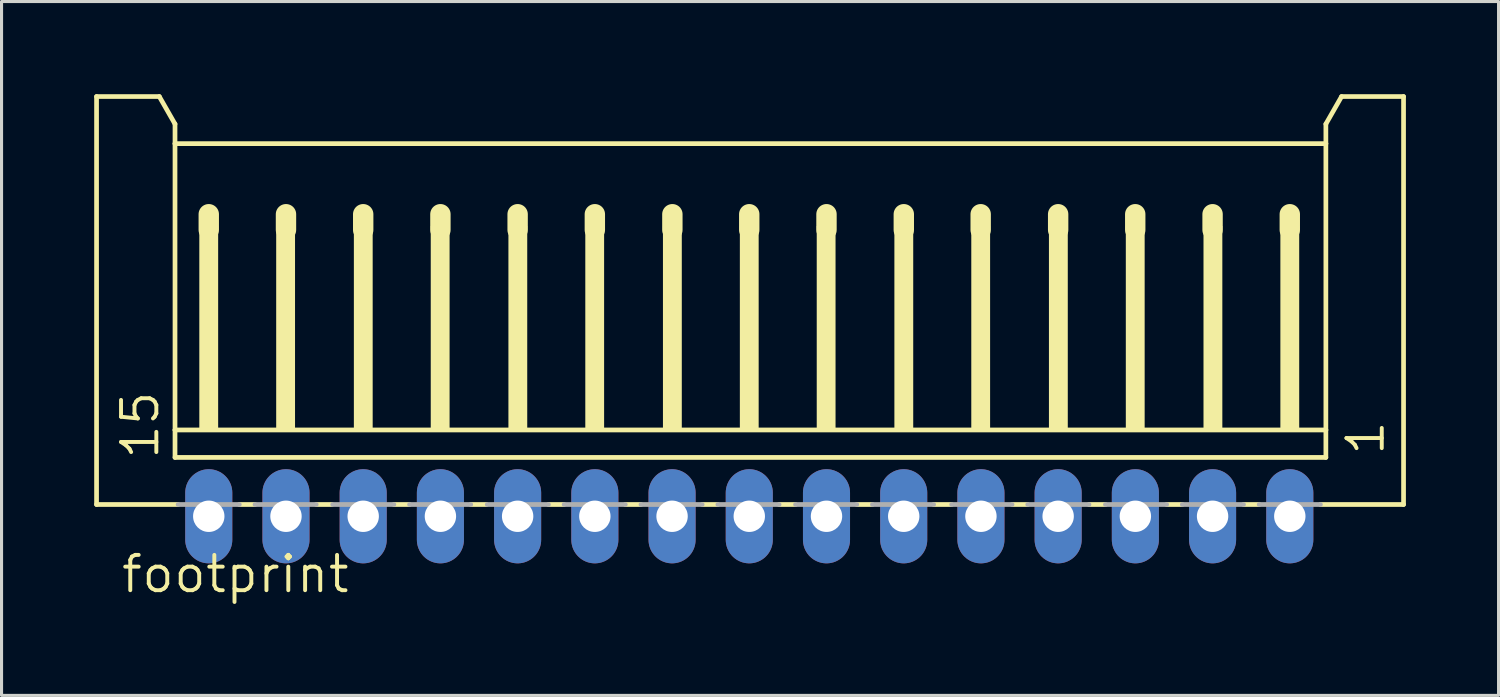
<source format=kicad_pcb>
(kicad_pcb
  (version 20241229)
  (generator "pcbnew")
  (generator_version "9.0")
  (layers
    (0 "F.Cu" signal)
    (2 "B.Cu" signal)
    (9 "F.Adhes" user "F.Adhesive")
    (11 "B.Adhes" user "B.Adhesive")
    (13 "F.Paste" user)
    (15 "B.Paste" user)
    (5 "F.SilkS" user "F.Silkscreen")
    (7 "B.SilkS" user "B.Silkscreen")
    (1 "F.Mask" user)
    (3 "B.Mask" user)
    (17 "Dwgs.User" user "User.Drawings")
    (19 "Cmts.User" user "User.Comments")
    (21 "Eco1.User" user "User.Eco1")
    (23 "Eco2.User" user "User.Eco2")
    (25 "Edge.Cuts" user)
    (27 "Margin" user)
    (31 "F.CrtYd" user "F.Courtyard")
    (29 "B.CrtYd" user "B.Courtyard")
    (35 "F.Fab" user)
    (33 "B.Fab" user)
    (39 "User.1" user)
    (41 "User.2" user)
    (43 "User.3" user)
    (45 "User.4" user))
  (footprint "footprint"
    (layer "F.Cu")
    (at 21.209 7.415)
    (property "Reference" "footprint" (at -20.397 8.79 0) (layer "F.SilkS") (effects (font (size 1.143 1.143) (thickness 0.127)) (justify left bottom)))
    (fp_line (start -21.133 -7.339) (end -19.101 -7.339) (stroke (width 0.152) (type solid)) (layer "F.SilkS"))
    (fp_line (start -21.133 5.869) (end -21.133 -7.339) (stroke (width 0.152) (type solid)) (layer "F.SilkS"))
    (fp_line (start -19.101 -7.339) (end -18.593 -6.45) (stroke (width 0.152) (type solid)) (layer "F.SilkS"))
    (fp_line (start -18.593 -6.45) (end -18.593 -5.815) (stroke (width 0.152) (type solid)) (layer "F.SilkS"))
    (fp_line (start -18.593 -5.815) (end -18.593 3.456) (stroke (width 0.152) (type solid)) (layer "F.SilkS"))
    (fp_line (start -18.593 3.456) (end -18.593 4.345) (stroke (width 0.152) (type solid)) (layer "F.SilkS"))
    (fp_line (start -18.492 5.869) (end -21.133 5.869) (stroke (width 0.152) (type solid)) (layer "F.SilkS"))
    (fp_line (start -17.5 -3.529) (end -17.5 -3.021) (stroke (width 0.66) (type solid)) (layer "F.SilkS"))
    (fp_line (start -16.003 5.869) (end -16.511 5.869) (stroke (width 0.152) (type solid)) (layer "F.SilkS"))
    (fp_line (start -15 -3.529) (end -15 -3.021) (stroke (width 0.66) (type solid)) (layer "F.SilkS"))
    (fp_line (start -13.513 5.869) (end -14.021 5.869) (stroke (width 0.152) (type solid)) (layer "F.SilkS"))
    (fp_line (start -12.5 -3.529) (end -12.5 -3.021) (stroke (width 0.66) (type solid)) (layer "F.SilkS"))
    (fp_line (start -10.999 5.869) (end -11.507 5.869) (stroke (width 0.152) (type solid)) (layer "F.SilkS"))
    (fp_line (start -10 -3.529) (end -10 -3.021) (stroke (width 0.66) (type solid)) (layer "F.SilkS"))
    (fp_line (start -8.51 5.869) (end -9.018 5.869) (stroke (width 0.152) (type solid)) (layer "F.SilkS"))
    (fp_line (start -7.5 -3.529) (end -7.5 -3.021) (stroke (width 0.66) (type solid)) (layer "F.SilkS"))
    (fp_line (start -5.995 5.869) (end -6.503 5.869) (stroke (width 0.152) (type solid)) (layer "F.SilkS"))
    (fp_line (start -5 -3.529) (end -5 -3.021) (stroke (width 0.66) (type solid)) (layer "F.SilkS"))
    (fp_line (start -3.506 5.869) (end -4.014 5.869) (stroke (width 0.152) (type solid)) (layer "F.SilkS"))
    (fp_line (start -2.49 -3.529) (end -2.49 -3.021) (stroke (width 0.66) (type solid)) (layer "F.SilkS"))
    (fp_line (start -1.017 5.869) (end -1.525 5.869) (stroke (width 0.152) (type solid)) (layer "F.SilkS"))
    (fp_line (start -0.001 -3.529) (end -0.001 -3.021) (stroke (width 0.66) (type solid)) (layer "F.SilkS"))
    (fp_line (start 1.498 5.869) (end 0.965 5.869) (stroke (width 0.152) (type solid)) (layer "F.SilkS"))
    (fp_line (start 2.5 -3.529) (end 2.5 -3.021) (stroke (width 0.66) (type solid)) (layer "F.SilkS"))
    (fp_line (start 3.987 5.869) (end 3.479 5.869) (stroke (width 0.152) (type solid)) (layer "F.SilkS"))
    (fp_line (start 5.003 -3.529) (end 5.003 -3.021) (stroke (width 0.66) (type solid)) (layer "F.SilkS"))
    (fp_line (start 6.553 5.869) (end 5.968 5.869) (stroke (width 0.152) (type solid)) (layer "F.SilkS"))
    (fp_line (start 7.492 -3.529) (end 7.492 -3.021) (stroke (width 0.66) (type solid)) (layer "F.SilkS"))
    (fp_line (start 9.016 5.869) (end 8.508 5.869) (stroke (width 0.152) (type solid)) (layer "F.SilkS"))
    (fp_line (start 10 -3.529) (end 10 -3.021) (stroke (width 0.66) (type solid)) (layer "F.SilkS"))
    (fp_line (start 11.531 5.869) (end 10.998 5.869) (stroke (width 0.152) (type solid)) (layer "F.SilkS"))
    (fp_line (start 12.496 -3.529) (end 12.496 -3.021) (stroke (width 0.66) (type solid)) (layer "F.SilkS"))
    (fp_line (start 14.02 5.869) (end 13.512 5.869) (stroke (width 0.152) (type solid)) (layer "F.SilkS"))
    (fp_line (start 15 -3.529) (end 15 -3.021) (stroke (width 0.66) (type solid)) (layer "F.SilkS"))
    (fp_line (start 16.509 5.869) (end 16.001 5.869) (stroke (width 0.152) (type solid)) (layer "F.SilkS"))
    (fp_line (start 17.5 -3.529) (end 17.5 -3.021) (stroke (width 0.66) (type solid)) (layer "F.SilkS"))
    (fp_line (start 18.668 -6.45) (end 18.668 -5.815) (stroke (width 0.152) (type solid)) (layer "F.SilkS"))
    (fp_line (start 18.668 -6.45) (end 19.176 -7.339) (stroke (width 0.152) (type solid)) (layer "F.SilkS"))
    (fp_line (start 18.668 -5.815) (end -18.593 -5.815) (stroke (width 0.152) (type solid)) (layer "F.SilkS"))
    (fp_line (start 18.668 -5.815) (end 18.668 3.456) (stroke (width 0.152) (type solid)) (layer "F.SilkS"))
    (fp_line (start 18.668 3.456) (end -18.593 3.456) (stroke (width 0.152) (type solid)) (layer "F.SilkS"))
    (fp_line (start 18.668 3.456) (end 18.668 4.345) (stroke (width 0.152) (type solid)) (layer "F.SilkS"))
    (fp_line (start 18.668 4.345) (end -18.593 4.345) (stroke (width 0.152) (type solid)) (layer "F.SilkS"))
    (fp_line (start 21.183 -7.339) (end 19.176 -7.339) (stroke (width 0.152) (type solid)) (layer "F.SilkS"))
    (fp_line (start 21.183 5.869) (end 18.491 5.869) (stroke (width 0.152) (type solid)) (layer "F.SilkS"))
    (fp_line (start 21.183 5.869) (end 21.183 -7.339) (stroke (width 0.152) (type solid)) (layer "F.SilkS"))
    (fp_poly (pts (xy -17.806 3.456) (xy -17.196 3.456) (xy -17.196 -3.148) (xy -17.806 -3.148)) (stroke (width 0) (type solid)) (fill yes) (layer "F.SilkS"))
    (fp_poly (pts (xy -15.317 3.456) (xy -14.707 3.456) (xy -14.707 -3.148) (xy -15.317 -3.148)) (stroke (width 0) (type solid)) (fill yes) (layer "F.SilkS"))
    (fp_poly (pts (xy -12.802 3.456) (xy -12.193 3.456) (xy -12.193 -3.148) (xy -12.802 -3.148)) (stroke (width 0) (type solid)) (fill yes) (layer "F.SilkS"))
    (fp_poly (pts (xy -10.313 3.456) (xy -9.703 3.456) (xy -9.703 -3.148) (xy -10.313 -3.148)) (stroke (width 0) (type solid)) (fill yes) (layer "F.SilkS"))
    (fp_poly (pts (xy -7.798 3.456) (xy -7.189 3.456) (xy -7.189 -3.148) (xy -7.798 -3.148)) (stroke (width 0) (type solid)) (fill yes) (layer "F.SilkS"))
    (fp_poly (pts (xy -5.309 3.456) (xy -4.7 3.456) (xy -4.7 -3.148) (xy -5.309 -3.148)) (stroke (width 0) (type solid)) (fill yes) (layer "F.SilkS"))
    (fp_poly (pts (xy -2.795 3.456) (xy -2.185 3.456) (xy -2.185 -3.148) (xy -2.795 -3.148)) (stroke (width 0) (type solid)) (fill yes) (layer "F.SilkS"))
    (fp_poly (pts (xy -0.305 3.456) (xy 0.304 3.456) (xy 0.304 -3.148) (xy -0.305 -3.148)) (stroke (width 0) (type solid)) (fill yes) (layer "F.SilkS"))
    (fp_poly (pts (xy 2.184 3.456) (xy 2.793 3.456) (xy 2.793 -3.148) (xy 2.184 -3.148)) (stroke (width 0) (type solid)) (fill yes) (layer "F.SilkS"))
    (fp_poly (pts (xy 4.698 3.456) (xy 5.308 3.456) (xy 5.308 -3.148) (xy 4.698 -3.148)) (stroke (width 0) (type solid)) (fill yes) (layer "F.SilkS"))
    (fp_poly (pts (xy 7.188 3.456) (xy 7.797 3.456) (xy 7.797 -3.148) (xy 7.188 -3.148)) (stroke (width 0) (type solid)) (fill yes) (layer "F.SilkS"))
    (fp_poly (pts (xy 9.702 3.456) (xy 10.312 3.456) (xy 10.312 -3.148) (xy 9.702 -3.148)) (stroke (width 0) (type solid)) (fill yes) (layer "F.SilkS"))
    (fp_poly (pts (xy 12.191 3.456) (xy 12.801 3.456) (xy 12.801 -3.148) (xy 12.191 -3.148)) (stroke (width 0) (type solid)) (fill yes) (layer "F.SilkS"))
    (fp_poly (pts (xy 14.706 3.456) (xy 15.316 3.456) (xy 15.316 -3.148) (xy 14.706 -3.148)) (stroke (width 0) (type solid)) (fill yes) (layer "F.SilkS"))
    (fp_poly (pts (xy 17.195 3.456) (xy 17.805 3.456) (xy 17.805 -3.148) (xy 17.195 -3.148)) (stroke (width 0) (type solid)) (fill yes) (layer "F.SilkS"))
    (fp_line (start -18.492 5.869) (end -16.511 5.869) (stroke (width 0.152) (type solid)) (layer "F.Fab"))
    (fp_line (start -16.003 5.869) (end -14.021 5.869) (stroke (width 0.152) (type solid)) (layer "F.Fab"))
    (fp_line (start -13.488 5.869) (end -11.507 5.869) (stroke (width 0.152) (type solid)) (layer "F.Fab"))
    (fp_line (start -10.999 5.869) (end -9.018 5.869) (stroke (width 0.152) (type solid)) (layer "F.Fab"))
    (fp_line (start -8.484 5.869) (end -6.503 5.869) (stroke (width 0.152) (type solid)) (layer "F.Fab"))
    (fp_line (start -5.995 5.869) (end -4.014 5.869) (stroke (width 0.152) (type solid)) (layer "F.Fab"))
    (fp_line (start -3.506 5.869) (end -1.525 5.869) (stroke (width 0.152) (type solid)) (layer "F.Fab"))
    (fp_line (start -1.017 5.869) (end 0.965 5.869) (stroke (width 0.152) (type solid)) (layer "F.Fab"))
    (fp_line (start 1.498 5.869) (end 3.479 5.869) (stroke (width 0.152) (type solid)) (layer "F.Fab"))
    (fp_line (start 3.987 5.869) (end 5.968 5.869) (stroke (width 0.152) (type solid)) (layer "F.Fab"))
    (fp_line (start 6.553 5.869) (end 8.508 5.869) (stroke (width 0.152) (type solid)) (layer "F.Fab"))
    (fp_line (start 9.016 5.869) (end 10.998 5.869) (stroke (width 0.152) (type solid)) (layer "F.Fab"))
    (fp_line (start 11.531 5.869) (end 13.512 5.869) (stroke (width 0.152) (type solid)) (layer "F.Fab"))
    (fp_line (start 14.02 5.869) (end 16.001 5.869) (stroke (width 0.152) (type solid)) (layer "F.Fab"))
    (fp_line (start 16.509 5.869) (end 18.491 5.869) (stroke (width 0.152) (type solid)) (layer "F.Fab"))
    (fp_poly (pts (xy -17.806 6.504) (xy -17.196 6.504) (xy -17.196 5.869) (xy -17.806 5.869)) (stroke (width 0.1) (type solid)) (fill no) (layer "F.Fab"))
    (fp_poly (pts (xy -15.317 6.504) (xy -14.707 6.504) (xy -14.707 5.869) (xy -15.317 5.869)) (stroke (width 0.1) (type solid)) (fill no) (layer "F.Fab"))
    (fp_poly (pts (xy -12.802 6.504) (xy -12.193 6.504) (xy -12.193 5.869) (xy -12.802 5.869)) (stroke (width 0.1) (type solid)) (fill no) (layer "F.Fab"))
    (fp_poly (pts (xy -10.313 6.504) (xy -9.703 6.504) (xy -9.703 5.869) (xy -10.313 5.869)) (stroke (width 0.1) (type solid)) (fill no) (layer "F.Fab"))
    (fp_poly (pts (xy -7.798 6.504) (xy -7.189 6.504) (xy -7.189 5.869) (xy -7.798 5.869)) (stroke (width 0.1) (type solid)) (fill no) (layer "F.Fab"))
    (fp_poly (pts (xy -5.309 6.504) (xy -4.7 6.504) (xy -4.7 5.869) (xy -5.309 5.869)) (stroke (width 0.1) (type solid)) (fill no) (layer "F.Fab"))
    (fp_poly (pts (xy -2.795 6.504) (xy -2.185 6.504) (xy -2.185 5.869) (xy -2.795 5.869)) (stroke (width 0.1) (type solid)) (fill no) (layer "F.Fab"))
    (fp_poly (pts (xy -0.305 6.504) (xy 0.304 6.504) (xy 0.304 5.869) (xy -0.305 5.869)) (stroke (width 0.1) (type solid)) (fill no) (layer "F.Fab"))
    (fp_poly (pts (xy 2.184 6.504) (xy 2.793 6.504) (xy 2.793 5.869) (xy 2.184 5.869)) (stroke (width 0.1) (type solid)) (fill no) (layer "F.Fab"))
    (fp_poly (pts (xy 4.698 6.504) (xy 5.308 6.504) (xy 5.308 5.869) (xy 4.698 5.869)) (stroke (width 0.1) (type solid)) (fill no) (layer "F.Fab"))
    (fp_poly (pts (xy 7.188 6.504) (xy 7.797 6.504) (xy 7.797 5.869) (xy 7.188 5.869)) (stroke (width 0.1) (type solid)) (fill no) (layer "F.Fab"))
    (fp_poly (pts (xy 9.702 6.504) (xy 10.312 6.504) (xy 10.312 5.869) (xy 9.702 5.869)) (stroke (width 0.1) (type solid)) (fill no) (layer "F.Fab"))
    (fp_poly (pts (xy 12.191 6.504) (xy 12.801 6.504) (xy 12.801 5.869) (xy 12.191 5.869)) (stroke (width 0.1) (type solid)) (fill no) (layer "F.Fab"))
    (fp_poly (pts (xy 14.706 6.504) (xy 15.316 6.504) (xy 15.316 5.869) (xy 14.706 5.869)) (stroke (width 0.1) (type solid)) (fill no) (layer "F.Fab"))
    (fp_poly (pts (xy 17.195 6.504) (xy 17.805 6.504) (xy 17.805 5.869) (xy 17.195 5.869)) (stroke (width 0.1) (type solid)) (fill no) (layer "F.Fab"))
    (fp_text user "15" (at -19.051 4.472 90) (layer "F.SilkS") (effects (font (size 1.143 1.143) (thickness 0.127)) (justify left bottom)))
    (fp_text user "1" (at 20.624 4.345 90) (layer "F.SilkS") (effects (font (size 1.143 1.143) (thickness 0.127)) (justify left bottom)))
    (pad "1" thru_hole oval (at 17.5 6.25 90) (size 3.048 1.524) (drill 1.016) (layers "*.Cu" "*.Mask"))
    (pad "2" thru_hole oval (at 15 6.25 90) (size 3.048 1.524) (drill 1.016) (layers "*.Cu" "*.Mask"))
    (pad "3" thru_hole oval (at 12.5 6.25 90) (size 3.048 1.524) (drill 1.016) (layers "*.Cu" "*.Mask"))
    (pad "4" thru_hole oval (at 10 6.25 90) (size 3.048 1.524) (drill 1.016) (layers "*.Cu" "*.Mask"))
    (pad "5" thru_hole oval (at 7.5 6.25 90) (size 3.048 1.524) (drill 1.016) (layers "*.Cu" "*.Mask"))
    (pad "6" thru_hole oval (at 5 6.25 90) (size 3.048 1.524) (drill 1.016) (layers "*.Cu" "*.Mask"))
    (pad "7" thru_hole oval (at 2.5 6.25 90) (size 3.048 1.524) (drill 1.016) (layers "*.Cu" "*.Mask"))
    (pad "8" thru_hole oval (at 0 6.25 90) (size 3.048 1.524) (drill 1.016) (layers "*.Cu" "*.Mask"))
    (pad "9" thru_hole oval (at -2.5 6.25 90) (size 3.048 1.524) (drill 1.016) (layers "*.Cu" "*.Mask"))
    (pad "10" thru_hole oval (at -5 6.25 90) (size 3.048 1.524) (drill 1.016) (layers "*.Cu" "*.Mask"))
    (pad "11" thru_hole oval (at -7.5 6.25 90) (size 3.048 1.524) (drill 1.016) (layers "*.Cu" "*.Mask"))
    (pad "12" thru_hole oval (at -10 6.25 90) (size 3.048 1.524) (drill 1.016) (layers "*.Cu" "*.Mask"))
    (pad "13" thru_hole oval (at -12.5 6.25 90) (size 3.048 1.524) (drill 1.016) (layers "*.Cu" "*.Mask"))
    (pad "14" thru_hole oval (at -15 6.25 90) (size 3.048 1.524) (drill 1.016) (layers "*.Cu" "*.Mask"))
    (pad "15" thru_hole oval (at -17.5 6.25 90) (size 3.048 1.524) (drill 1.016) (layers "*.Cu" "*.Mask")))
  (gr_rect
    (start -3 -3)
    (end 45.468 19.464)
    (stroke (width 0.1) (type default))
    (fill no)
    (layer "Edge.Cuts")))
</source>
